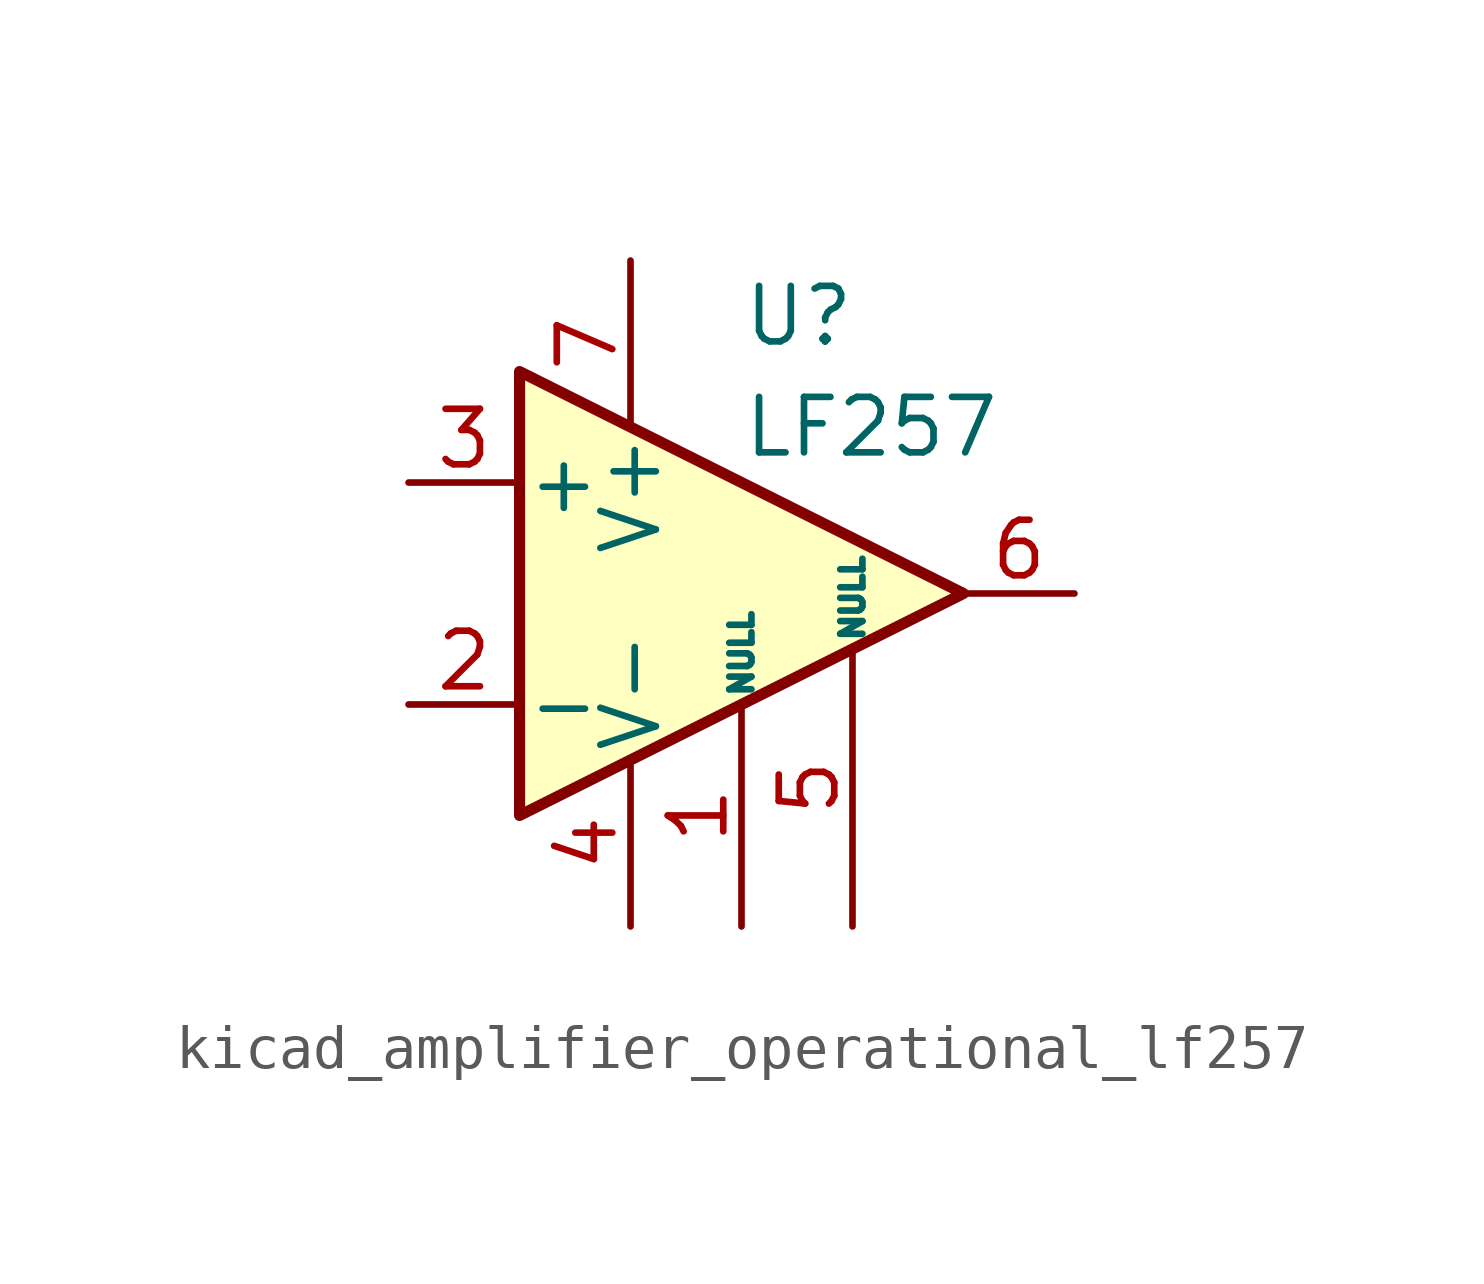
<source format=kicad_sym>
(kicad_symbol_lib
  (version 20220914)
  (generator kicad_symbol_editor)
  (symbol "kicad_amplifier_operational_lf257"
    (pin_names
      (offset 0.127))
    (property "Reference" "U"
      (at 0 6.35 0)
      (effects (font (size 1.27 1.27)) (justify left)))
    (property "Value" "LF257"
      (at 0 3.81 0)
      (effects (font (size 1.27 1.27)) (justify left)))
    (symbol "kicad_amplifier_operational_lf257_0_1"
      (polyline (pts (xy -5.08 5.08) (xy 5.08 0) (xy -5.08 -5.08) (xy -5.08 5.08)) (stroke (width 0.254) (type default)) (fill (type background))))
    (symbol "kicad_amplifier_operational_lf257_1_1"
      (pin input line (at 0 -7.62 90) (length 5.08) (name "NULL" (effects (font (size 0.508 0.508)))) (number "1" (effects (font (size 1.27 1.27)))))
      (pin input line (at -7.62 -2.54 0) (length 2.54) (name "-" (effects (font (size 1.27 1.27)))) (number "2" (effects (font (size 1.27 1.27)))))
      (pin input line (at -7.62 2.54 0) (length 2.54) (name "+" (effects (font (size 1.27 1.27)))) (number "3" (effects (font (size 1.27 1.27)))))
      (pin power_in line (at -2.54 -7.62 90) (length 3.81) (name "V-" (effects (font (size 1.27 1.27)))) (number "4" (effects (font (size 1.27 1.27)))))
      (pin input line (at 2.54 -7.62 90) (length 6.35) (name "NULL" (effects (font (size 0.508 0.508)))) (number "5" (effects (font (size 1.27 1.27)))))
      (pin output line (at 7.62 0 180) (length 2.54) (name "~" (effects (font (size 1.27 1.27)))) (number "6" (effects (font (size 1.27 1.27)))))
      (pin power_in line (at -2.54 7.62 270) (length 3.81) (name "V+" (effects (font (size 1.27 1.27)))) (number "7" (effects (font (size 1.27 1.27)))))
      (pin no_connect line (at 0 2.54 270) (length 2.54) hide (name "NC" (effects (font (size 1.27 1.27)))) (number "8" (effects (font (size 1.27 1.27))))))))
</source>
